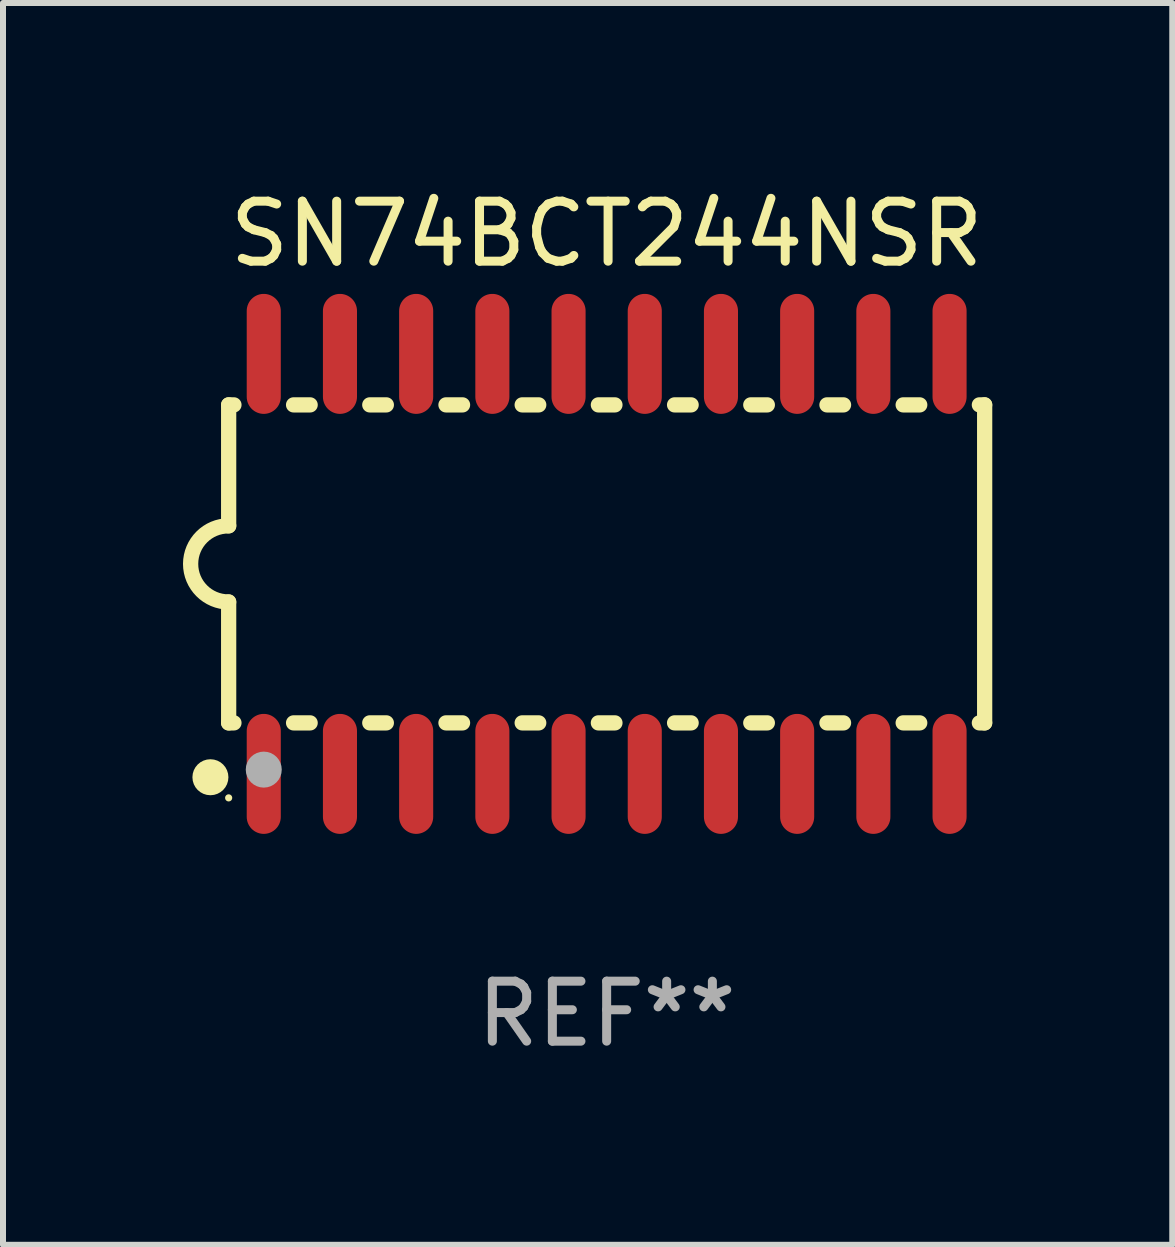
<source format=kicad_pcb>
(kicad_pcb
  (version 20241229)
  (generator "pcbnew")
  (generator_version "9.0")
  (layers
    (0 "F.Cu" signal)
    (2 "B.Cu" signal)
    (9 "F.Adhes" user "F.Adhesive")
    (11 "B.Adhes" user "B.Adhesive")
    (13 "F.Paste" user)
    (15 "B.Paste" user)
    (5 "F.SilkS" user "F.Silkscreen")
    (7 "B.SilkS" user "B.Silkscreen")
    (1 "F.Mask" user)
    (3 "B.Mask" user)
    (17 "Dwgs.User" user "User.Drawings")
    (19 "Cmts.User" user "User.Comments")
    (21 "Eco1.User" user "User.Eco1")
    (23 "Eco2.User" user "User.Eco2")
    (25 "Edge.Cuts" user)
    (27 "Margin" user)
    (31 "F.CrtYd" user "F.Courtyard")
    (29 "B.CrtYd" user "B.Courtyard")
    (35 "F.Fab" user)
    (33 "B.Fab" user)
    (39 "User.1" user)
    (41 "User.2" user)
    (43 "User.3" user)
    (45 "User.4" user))
  (footprint "SN74BCT244NSR"
    (layer "F.Cu")
    (at 7.061 6.348)
    (property "Reference" "SN74BCT244NSR" (at 0 -5.5 0) (layer "F.SilkS") (effects (font (size 1 1) (thickness 0.15))))
    (attr through_hole)
    (fp_line (start -6.3 -2.65) (end -6.3 -0.635) (stroke (width 0.254) (type solid)) (layer "F.SilkS"))
    (fp_line (start -6.3 -2.65) (end -6.212 -2.65) (stroke (width 0.254) (type solid)) (layer "F.SilkS"))
    (fp_line (start -6.3 2.65) (end -6.3 0.635) (stroke (width 0.254) (type solid)) (layer "F.SilkS"))
    (fp_line (start -6.3 2.65) (end -6.212 2.65) (stroke (width 0.254) (type solid)) (layer "F.SilkS"))
    (fp_line (start -5.218 -2.65) (end -4.942 -2.65) (stroke (width 0.254) (type solid)) (layer "F.SilkS"))
    (fp_line (start -5.218 2.65) (end -4.942 2.65) (stroke (width 0.254) (type solid)) (layer "F.SilkS"))
    (fp_line (start -3.948 -2.65) (end -3.672 -2.65) (stroke (width 0.254) (type solid)) (layer "F.SilkS"))
    (fp_line (start -3.948 2.65) (end -3.672 2.65) (stroke (width 0.254) (type solid)) (layer "F.SilkS"))
    (fp_line (start -2.678 -2.65) (end -2.402 -2.65) (stroke (width 0.254) (type solid)) (layer "F.SilkS"))
    (fp_line (start -2.678 2.65) (end -2.402 2.65) (stroke (width 0.254) (type solid)) (layer "F.SilkS"))
    (fp_line (start -1.408 -2.65) (end -1.132 -2.65) (stroke (width 0.254) (type solid)) (layer "F.SilkS"))
    (fp_line (start -1.408 2.65) (end -1.132 2.65) (stroke (width 0.254) (type solid)) (layer "F.SilkS"))
    (fp_line (start -0.138 -2.65) (end 0.138 -2.65) (stroke (width 0.254) (type solid)) (layer "F.SilkS"))
    (fp_line (start -0.138 2.65) (end 0.138 2.65) (stroke (width 0.254) (type solid)) (layer "F.SilkS"))
    (fp_line (start 1.132 -2.65) (end 1.408 -2.65) (stroke (width 0.254) (type solid)) (layer "F.SilkS"))
    (fp_line (start 1.132 2.65) (end 1.408 2.65) (stroke (width 0.254) (type solid)) (layer "F.SilkS"))
    (fp_line (start 2.402 -2.65) (end 2.678 -2.65) (stroke (width 0.254) (type solid)) (layer "F.SilkS"))
    (fp_line (start 2.402 2.65) (end 2.678 2.65) (stroke (width 0.254) (type solid)) (layer "F.SilkS"))
    (fp_line (start 3.672 -2.65) (end 3.948 -2.65) (stroke (width 0.254) (type solid)) (layer "F.SilkS"))
    (fp_line (start 3.672 2.65) (end 3.948 2.65) (stroke (width 0.254) (type solid)) (layer "F.SilkS"))
    (fp_line (start 4.942 -2.65) (end 5.218 -2.65) (stroke (width 0.254) (type solid)) (layer "F.SilkS"))
    (fp_line (start 4.942 2.65) (end 5.218 2.65) (stroke (width 0.254) (type solid)) (layer "F.SilkS"))
    (fp_line (start 6.212 -2.65) (end 6.3 -2.65) (stroke (width 0.254) (type solid)) (layer "F.SilkS"))
    (fp_line (start 6.212 2.65) (end 6.3 2.65) (stroke (width 0.254) (type solid)) (layer "F.SilkS"))
    (fp_line (start 6.3 -2.65) (end 6.3 2.65) (stroke (width 0.254) (type solid)) (layer "F.SilkS"))
    (fp_arc (start -6.299975 0.634874) (mid -6.933579 0.000127) (end -6.299213 -0.633858) (stroke (width 0.254001) (type solid)) (layer "F.SilkS"))
    (fp_circle (center -6.604 3.556) (end -6.454 3.556) (stroke (width 0.3) (type solid)) (fill no) (layer "F.SilkS"))
    (fp_circle (center -6.3 3.9) (end -6.27 3.9) (stroke (width 0.06) (type solid)) (fill no) (layer "F.SilkS"))
    (fp_circle (center -5.715 3.429) (end -5.565 3.429) (stroke (width 0.3) (type solid)) (fill no) (layer "F.Fab"))
    (fp_text user "REF**" (at 0 7.5 0) (layer "F.Fab") (effects (font (size 1 1) (thickness 0.15))))
    (pad "1" smd oval (at -5.715 3.5) (size 0.568 2) (layers "F.Cu" "F.Mask" "F.Paste"))
    (pad "2" smd oval (at -4.445 3.5) (size 0.568 2) (layers "F.Cu" "F.Mask" "F.Paste"))
    (pad "3" smd oval (at -3.175 3.5) (size 0.568 2) (layers "F.Cu" "F.Mask" "F.Paste"))
    (pad "4" smd oval (at -1.905 3.5) (size 0.568 2) (layers "F.Cu" "F.Mask" "F.Paste"))
    (pad "5" smd oval (at -0.635 3.5) (size 0.568 2) (layers "F.Cu" "F.Mask" "F.Paste"))
    (pad "6" smd oval (at 0.635 3.5) (size 0.568 2) (layers "F.Cu" "F.Mask" "F.Paste"))
    (pad "7" smd oval (at 1.905 3.5) (size 0.568 2) (layers "F.Cu" "F.Mask" "F.Paste"))
    (pad "8" smd oval (at 3.175 3.5) (size 0.568 2) (layers "F.Cu" "F.Mask" "F.Paste"))
    (pad "9" smd oval (at 4.445 3.5) (size 0.568 2) (layers "F.Cu" "F.Mask" "F.Paste"))
    (pad "10" smd oval (at 5.715 3.5) (size 0.568 2) (layers "F.Cu" "F.Mask" "F.Paste"))
    (pad "11" smd oval (at 5.715 -3.5) (size 0.568 2) (layers "F.Cu" "F.Mask" "F.Paste"))
    (pad "12" smd oval (at 4.445 -3.5) (size 0.568 2) (layers "F.Cu" "F.Mask" "F.Paste"))
    (pad "13" smd oval (at 3.175 -3.5) (size 0.568 2) (layers "F.Cu" "F.Mask" "F.Paste"))
    (pad "14" smd oval (at 1.905 -3.5) (size 0.568 2) (layers "F.Cu" "F.Mask" "F.Paste"))
    (pad "15" smd oval (at 0.635 -3.5) (size 0.568 2) (layers "F.Cu" "F.Mask" "F.Paste"))
    (pad "16" smd oval (at -0.635 -3.5) (size 0.568 2) (layers "F.Cu" "F.Mask" "F.Paste"))
    (pad "17" smd oval (at -1.905 -3.5) (size 0.568 2) (layers "F.Cu" "F.Mask" "F.Paste"))
    (pad "18" smd oval (at -3.175 -3.5) (size 0.568 2) (layers "F.Cu" "F.Mask" "F.Paste"))
    (pad "19" smd oval (at -4.445 -3.5) (size 0.568 2) (layers "F.Cu" "F.Mask" "F.Paste"))
    (pad "20" smd oval (at -5.715 -3.5) (size 0.568 2) (layers "F.Cu" "F.Mask" "F.Paste")))
  (gr_rect
    (start -3 -3)
    (end 16.488 17.697)
    (stroke (width 0.1) (type default))
    (fill no)
    (layer "Edge.Cuts")))
</source>
